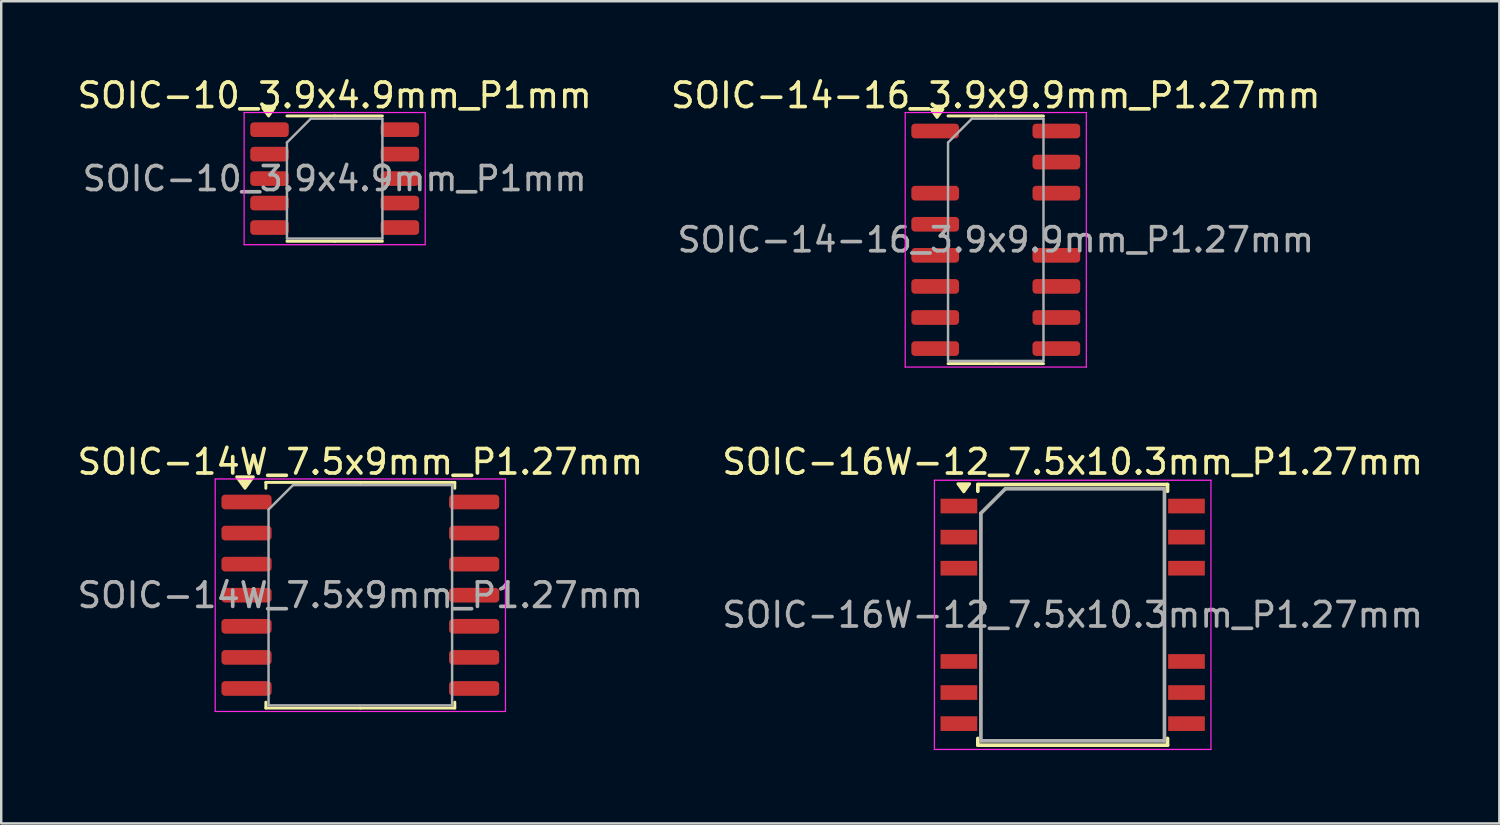
<source format=kicad_pcb>
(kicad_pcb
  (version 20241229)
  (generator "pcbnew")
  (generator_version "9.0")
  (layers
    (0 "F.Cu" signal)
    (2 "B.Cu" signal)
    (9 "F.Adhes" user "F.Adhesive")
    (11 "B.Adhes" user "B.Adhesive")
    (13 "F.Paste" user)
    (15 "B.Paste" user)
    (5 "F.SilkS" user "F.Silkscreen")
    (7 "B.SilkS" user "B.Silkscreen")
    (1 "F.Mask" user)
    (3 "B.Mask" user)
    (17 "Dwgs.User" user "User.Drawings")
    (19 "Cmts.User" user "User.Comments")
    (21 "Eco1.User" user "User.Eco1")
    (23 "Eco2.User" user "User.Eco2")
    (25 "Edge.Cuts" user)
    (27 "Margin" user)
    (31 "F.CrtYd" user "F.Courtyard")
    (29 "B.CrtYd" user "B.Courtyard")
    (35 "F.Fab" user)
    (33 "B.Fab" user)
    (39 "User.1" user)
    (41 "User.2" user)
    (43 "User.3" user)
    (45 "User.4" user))
  (footprint "SOIC-16W-12_7.5x10.3mm_P1.27mm"
    (layer "F.Cu")
    (at 40.78 22.072)
    (property "Reference" "SOIC-16W-12_7.5x10.3mm_P1.27mm" (at 0 -6.25 0) (layer "F.SilkS") (effects (font (size 1 1) (thickness 0.15))))
    (attr smd)
    (fp_line (start -3.875 -5.325) (end -3.875 -5.05) (stroke (width 0.15) (type solid)) (layer "F.SilkS"))
    (fp_line (start -3.875 -5.325) (end 3.875 -5.325) (stroke (width 0.15) (type solid)) (layer "F.SilkS"))
    (fp_line (start -3.875 5.325) (end -3.875 5.05) (stroke (width 0.15) (type solid)) (layer "F.SilkS"))
    (fp_line (start -3.875 5.325) (end 3.875 5.325) (stroke (width 0.15) (type solid)) (layer "F.SilkS"))
    (fp_line (start 3.875 -5.325) (end 3.875 -5.05) (stroke (width 0.15) (type solid)) (layer "F.SilkS"))
    (fp_line (start 3.875 5.325) (end 3.875 5.05) (stroke (width 0.15) (type solid)) (layer "F.SilkS"))
    (fp_poly (pts (xy -4.45 -5.025) (xy -4.69 -5.355) (xy -4.21 -5.355) (xy -4.45 -5.025)) (stroke (width 0.12) (type solid)) (fill yes) (layer "F.SilkS"))
    (fp_line (start -5.65 -5.5) (end -5.65 5.5) (stroke (width 0.05) (type solid)) (layer "F.CrtYd"))
    (fp_line (start -5.65 -5.5) (end 5.65 -5.5) (stroke (width 0.05) (type solid)) (layer "F.CrtYd"))
    (fp_line (start -5.65 5.5) (end 5.65 5.5) (stroke (width 0.05) (type solid)) (layer "F.CrtYd"))
    (fp_line (start 5.65 -5.5) (end 5.65 5.5) (stroke (width 0.05) (type solid)) (layer "F.CrtYd"))
    (fp_line (start -3.75 -4.15) (end -2.75 -5.15) (stroke (width 0.15) (type solid)) (layer "F.Fab"))
    (fp_line (start -3.75 5.15) (end -3.75 -4.15) (stroke (width 0.15) (type solid)) (layer "F.Fab"))
    (fp_line (start -2.75 -5.15) (end 3.75 -5.15) (stroke (width 0.15) (type solid)) (layer "F.Fab"))
    (fp_line (start 3.75 -5.15) (end 3.75 5.15) (stroke (width 0.15) (type solid)) (layer "F.Fab"))
    (fp_line (start 3.75 5.15) (end -3.75 5.15) (stroke (width 0.15) (type solid)) (layer "F.Fab"))
    (fp_text user "${REFERENCE}" (at 0 0 0) (layer "F.Fab") (effects (font (size 1 1) (thickness 0.15))))
    (pad "1" smd rect (at -4.65 -4.445) (size 1.5 0.6) (layers "F.Cu" "F.Mask" "F.Paste"))
    (pad "2" smd rect (at -4.65 -3.175) (size 1.5 0.6) (layers "F.Cu" "F.Mask" "F.Paste"))
    (pad "3" smd rect (at -4.65 -1.905) (size 1.5 0.6) (layers "F.Cu" "F.Mask" "F.Paste"))
    (pad "6" smd rect (at -4.65 1.905) (size 1.5 0.6) (layers "F.Cu" "F.Mask" "F.Paste"))
    (pad "7" smd rect (at -4.65 3.175) (size 1.5 0.6) (layers "F.Cu" "F.Mask" "F.Paste"))
    (pad "8" smd rect (at -4.65 4.445) (size 1.5 0.6) (layers "F.Cu" "F.Mask" "F.Paste"))
    (pad "9" smd rect (at 4.65 4.445) (size 1.5 0.6) (layers "F.Cu" "F.Mask" "F.Paste"))
    (pad "10" smd rect (at 4.65 3.175) (size 1.5 0.6) (layers "F.Cu" "F.Mask" "F.Paste"))
    (pad "11" smd rect (at 4.65 1.905) (size 1.5 0.6) (layers "F.Cu" "F.Mask" "F.Paste"))
    (pad "14" smd rect (at 4.65 -1.905) (size 1.5 0.6) (layers "F.Cu" "F.Mask" "F.Paste"))
    (pad "15" smd rect (at 4.65 -3.175) (size 1.5 0.6) (layers "F.Cu" "F.Mask" "F.Paste"))
    (pad "16" smd rect (at 4.65 -4.445) (size 1.5 0.6) (layers "F.Cu" "F.Mask" "F.Paste")))
  (footprint "SOIC-14-16_3.9x9.9mm_P1.27mm"
    (layer "F.Cu")
    (at 37.637 6.748)
    (property "Reference" "SOIC-14-16_3.9x9.9mm_P1.27mm" (at 0 -5.9 0) (layer "F.SilkS") (effects (font (size 1 1) (thickness 0.15))))
    (attr smd)
    (fp_line (start 0 -5.06) (end -1.95 -5.06) (stroke (width 0.12) (type solid)) (layer "F.SilkS"))
    (fp_line (start 0 -5.06) (end 1.95 -5.06) (stroke (width 0.12) (type solid)) (layer "F.SilkS"))
    (fp_line (start 0 5.06) (end -1.95 5.06) (stroke (width 0.12) (type solid)) (layer "F.SilkS"))
    (fp_line (start 0 5.06) (end 1.95 5.06) (stroke (width 0.12) (type solid)) (layer "F.SilkS"))
    (fp_poly (pts (xy -2.4 -5) (xy -2.64 -5.33) (xy -2.16 -5.33) (xy -2.4 -5)) (stroke (width 0.12) (type solid)) (fill yes) (layer "F.SilkS"))
    (fp_line (start -3.7 -5.2) (end -3.7 5.2) (stroke (width 0.05) (type solid)) (layer "F.CrtYd"))
    (fp_line (start -3.7 5.2) (end 3.7 5.2) (stroke (width 0.05) (type solid)) (layer "F.CrtYd"))
    (fp_line (start 3.7 -5.2) (end -3.7 -5.2) (stroke (width 0.05) (type solid)) (layer "F.CrtYd"))
    (fp_line (start 3.7 5.2) (end 3.7 -5.2) (stroke (width 0.05) (type solid)) (layer "F.CrtYd"))
    (fp_line (start -1.95 -3.975) (end -0.975 -4.95) (stroke (width 0.1) (type solid)) (layer "F.Fab"))
    (fp_line (start -1.95 4.95) (end -1.95 -3.975) (stroke (width 0.1) (type solid)) (layer "F.Fab"))
    (fp_line (start -0.975 -4.95) (end 1.95 -4.95) (stroke (width 0.1) (type solid)) (layer "F.Fab"))
    (fp_line (start 1.95 -4.95) (end 1.95 4.95) (stroke (width 0.1) (type solid)) (layer "F.Fab"))
    (fp_line (start 1.95 4.95) (end -1.95 4.95) (stroke (width 0.1) (type solid)) (layer "F.Fab"))
    (fp_text user "${REFERENCE}" (at 0 0 0) (layer "F.Fab") (effects (font (size 0.98 0.98) (thickness 0.15))))
    (pad "1" smd roundrect (at -2.475 -4.445) (size 1.95 0.6) (layers "F.Cu" "F.Mask" "F.Paste") (roundrect_rratio 0.25))
    (pad "3" smd roundrect (at -2.475 -1.905) (size 1.95 0.6) (layers "F.Cu" "F.Mask" "F.Paste") (roundrect_rratio 0.25))
    (pad "4" smd roundrect (at -2.475 -0.635) (size 1.95 0.6) (layers "F.Cu" "F.Mask" "F.Paste") (roundrect_rratio 0.25))
    (pad "5" smd roundrect (at -2.475 0.635) (size 1.95 0.6) (layers "F.Cu" "F.Mask" "F.Paste") (roundrect_rratio 0.25))
    (pad "6" smd roundrect (at -2.475 1.905) (size 1.95 0.6) (layers "F.Cu" "F.Mask" "F.Paste") (roundrect_rratio 0.25))
    (pad "7" smd roundrect (at -2.475 3.175) (size 1.95 0.6) (layers "F.Cu" "F.Mask" "F.Paste") (roundrect_rratio 0.25))
    (pad "8" smd roundrect (at -2.475 4.445) (size 1.95 0.6) (layers "F.Cu" "F.Mask" "F.Paste") (roundrect_rratio 0.25))
    (pad "9" smd roundrect (at 2.475 4.445) (size 1.95 0.6) (layers "F.Cu" "F.Mask" "F.Paste") (roundrect_rratio 0.25))
    (pad "10" smd roundrect (at 2.475 3.175) (size 1.95 0.6) (layers "F.Cu" "F.Mask" "F.Paste") (roundrect_rratio 0.25))
    (pad "11" smd roundrect (at 2.475 1.905) (size 1.95 0.6) (layers "F.Cu" "F.Mask" "F.Paste") (roundrect_rratio 0.25))
    (pad "12" smd roundrect (at 2.475 0.635) (size 1.95 0.6) (layers "F.Cu" "F.Mask" "F.Paste") (roundrect_rratio 0.25))
    (pad "14" smd roundrect (at 2.475 -1.905) (size 1.95 0.6) (layers "F.Cu" "F.Mask" "F.Paste") (roundrect_rratio 0.25))
    (pad "15" smd roundrect (at 2.475 -3.175) (size 1.95 0.6) (layers "F.Cu" "F.Mask" "F.Paste") (roundrect_rratio 0.25))
    (pad "16" smd roundrect (at 2.475 -4.445) (size 1.95 0.6) (layers "F.Cu" "F.Mask" "F.Paste") (roundrect_rratio 0.25)))
  (footprint "SOIC-10_3.9x4.9mm_P1mm"
    (layer "F.Cu")
    (at 10.625 4.248)
    (property "Reference" "SOIC-10_3.9x4.9mm_P1mm" (at 0 -3.4 0) (layer "F.SilkS") (effects (font (size 1 1) (thickness 0.15))))
    (attr smd)
    (fp_line (start 0 -2.56) (end -1.95 -2.56) (stroke (width 0.12) (type solid)) (layer "F.SilkS"))
    (fp_line (start 0 -2.56) (end 1.95 -2.56) (stroke (width 0.12) (type solid)) (layer "F.SilkS"))
    (fp_line (start 0 2.56) (end -1.95 2.56) (stroke (width 0.12) (type solid)) (layer "F.SilkS"))
    (fp_line (start 0 2.56) (end 1.95 2.56) (stroke (width 0.12) (type solid)) (layer "F.SilkS"))
    (fp_poly (pts (xy -2.7 -2.56) (xy -2.94 -2.89) (xy -2.46 -2.89) (xy -2.7 -2.56)) (stroke (width 0.12) (type solid)) (fill yes) (layer "F.SilkS"))
    (fp_line (start -3.7 -2.7) (end -3.7 2.7) (stroke (width 0.05) (type solid)) (layer "F.CrtYd"))
    (fp_line (start -3.7 2.7) (end 3.7 2.7) (stroke (width 0.05) (type solid)) (layer "F.CrtYd"))
    (fp_line (start 3.7 -2.7) (end -3.7 -2.7) (stroke (width 0.05) (type solid)) (layer "F.CrtYd"))
    (fp_line (start 3.7 2.7) (end 3.7 -2.7) (stroke (width 0.05) (type solid)) (layer "F.CrtYd"))
    (fp_line (start -1.95 -1.475) (end -0.975 -2.45) (stroke (width 0.1) (type solid)) (layer "F.Fab"))
    (fp_line (start -1.95 2.45) (end -1.95 -1.475) (stroke (width 0.1) (type solid)) (layer "F.Fab"))
    (fp_line (start -0.975 -2.45) (end 1.95 -2.45) (stroke (width 0.1) (type solid)) (layer "F.Fab"))
    (fp_line (start 1.95 -2.45) (end 1.95 2.45) (stroke (width 0.1) (type solid)) (layer "F.Fab"))
    (fp_line (start 1.95 2.45) (end -1.95 2.45) (stroke (width 0.1) (type solid)) (layer "F.Fab"))
    (fp_text user "${REFERENCE}" (at 0 0 0) (layer "F.Fab") (effects (font (size 0.98 0.98) (thickness 0.15))))
    (pad "1" smd roundrect (at -2.663 -2) (size 1.575 0.6) (layers "F.Cu" "F.Mask" "F.Paste") (roundrect_rratio 0.25))
    (pad "2" smd roundrect (at -2.663 -1) (size 1.575 0.6) (layers "F.Cu" "F.Mask" "F.Paste") (roundrect_rratio 0.25))
    (pad "3" smd roundrect (at -2.663 0) (size 1.575 0.6) (layers "F.Cu" "F.Mask" "F.Paste") (roundrect_rratio 0.25))
    (pad "4" smd roundrect (at -2.663 1) (size 1.575 0.6) (layers "F.Cu" "F.Mask" "F.Paste") (roundrect_rratio 0.25))
    (pad "5" smd roundrect (at -2.663 2) (size 1.575 0.6) (layers "F.Cu" "F.Mask" "F.Paste") (roundrect_rratio 0.25))
    (pad "6" smd roundrect (at 2.663 2) (size 1.575 0.6) (layers "F.Cu" "F.Mask" "F.Paste") (roundrect_rratio 0.25))
    (pad "7" smd roundrect (at 2.663 1) (size 1.575 0.6) (layers "F.Cu" "F.Mask" "F.Paste") (roundrect_rratio 0.25))
    (pad "8" smd roundrect (at 2.663 0) (size 1.575 0.6) (layers "F.Cu" "F.Mask" "F.Paste") (roundrect_rratio 0.25))
    (pad "9" smd roundrect (at 2.663 -1) (size 1.575 0.6) (layers "F.Cu" "F.Mask" "F.Paste") (roundrect_rratio 0.25))
    (pad "10" smd roundrect (at 2.663 -2) (size 1.575 0.6) (layers "F.Cu" "F.Mask" "F.Paste") (roundrect_rratio 0.25)))
  (footprint "SOIC-14W_7.5x9mm_P1.27mm"
    (layer "F.Cu")
    (at 11.673 21.271)
    (property "Reference" "SOIC-14W_7.5x9mm_P1.27mm" (at 0 -5.45 0) (layer "F.SilkS") (effects (font (size 1 1) (thickness 0.15))))
    (attr smd)
    (fp_line (start -3.86 -4.61) (end -3.86 -4.37) (stroke (width 0.12) (type solid)) (layer "F.SilkS"))
    (fp_line (start -3.86 4.61) (end -3.86 4.37) (stroke (width 0.12) (type solid)) (layer "F.SilkS"))
    (fp_line (start 0 -4.61) (end -3.86 -4.61) (stroke (width 0.12) (type solid)) (layer "F.SilkS"))
    (fp_line (start 0 -4.61) (end 3.86 -4.61) (stroke (width 0.12) (type solid)) (layer "F.SilkS"))
    (fp_line (start 0 4.61) (end -3.86 4.61) (stroke (width 0.12) (type solid)) (layer "F.SilkS"))
    (fp_line (start 0 4.61) (end 3.86 4.61) (stroke (width 0.12) (type solid)) (layer "F.SilkS"))
    (fp_line (start 3.86 -4.61) (end 3.86 -4.37) (stroke (width 0.12) (type solid)) (layer "F.SilkS"))
    (fp_line (start 3.86 4.61) (end 3.86 4.37) (stroke (width 0.12) (type solid)) (layer "F.SilkS"))
    (fp_poly (pts (xy -4.713 -4.37) (xy -5.053 -4.84) (xy -4.372 -4.84) (xy -4.713 -4.37)) (stroke (width 0.12) (type solid)) (fill yes) (layer "F.SilkS"))
    (fp_line (start -5.93 -4.75) (end -5.93 4.75) (stroke (width 0.05) (type solid)) (layer "F.CrtYd"))
    (fp_line (start -5.93 4.75) (end 5.93 4.75) (stroke (width 0.05) (type solid)) (layer "F.CrtYd"))
    (fp_line (start 5.93 -4.75) (end -5.93 -4.75) (stroke (width 0.05) (type solid)) (layer "F.CrtYd"))
    (fp_line (start 5.93 4.75) (end 5.93 -4.75) (stroke (width 0.05) (type solid)) (layer "F.CrtYd"))
    (fp_line (start -3.75 -3.5) (end -2.75 -4.5) (stroke (width 0.1) (type solid)) (layer "F.Fab"))
    (fp_line (start -3.75 4.5) (end -3.75 -3.5) (stroke (width 0.1) (type solid)) (layer "F.Fab"))
    (fp_line (start -2.75 -4.5) (end 3.75 -4.5) (stroke (width 0.1) (type solid)) (layer "F.Fab"))
    (fp_line (start 3.75 -4.5) (end 3.75 4.5) (stroke (width 0.1) (type solid)) (layer "F.Fab"))
    (fp_line (start 3.75 4.5) (end -3.75 4.5) (stroke (width 0.1) (type solid)) (layer "F.Fab"))
    (fp_text user "${REFERENCE}" (at 0 0 0) (layer "F.Fab") (effects (font (size 1 1) (thickness 0.15))))
    (pad "1" smd roundrect (at -4.65 -3.81) (size 2.05 0.6) (layers "F.Cu" "F.Mask" "F.Paste") (roundrect_rratio 0.25))
    (pad "2" smd roundrect (at -4.65 -2.54) (size 2.05 0.6) (layers "F.Cu" "F.Mask" "F.Paste") (roundrect_rratio 0.25))
    (pad "3" smd roundrect (at -4.65 -1.27) (size 2.05 0.6) (layers "F.Cu" "F.Mask" "F.Paste") (roundrect_rratio 0.25))
    (pad "4" smd roundrect (at -4.65 0) (size 2.05 0.6) (layers "F.Cu" "F.Mask" "F.Paste") (roundrect_rratio 0.25))
    (pad "5" smd roundrect (at -4.65 1.27) (size 2.05 0.6) (layers "F.Cu" "F.Mask" "F.Paste") (roundrect_rratio 0.25))
    (pad "6" smd roundrect (at -4.65 2.54) (size 2.05 0.6) (layers "F.Cu" "F.Mask" "F.Paste") (roundrect_rratio 0.25))
    (pad "7" smd roundrect (at -4.65 3.81) (size 2.05 0.6) (layers "F.Cu" "F.Mask" "F.Paste") (roundrect_rratio 0.25))
    (pad "8" smd roundrect (at 4.65 3.81) (size 2.05 0.6) (layers "F.Cu" "F.Mask" "F.Paste") (roundrect_rratio 0.25))
    (pad "9" smd roundrect (at 4.65 2.54) (size 2.05 0.6) (layers "F.Cu" "F.Mask" "F.Paste") (roundrect_rratio 0.25))
    (pad "10" smd roundrect (at 4.65 1.27) (size 2.05 0.6) (layers "F.Cu" "F.Mask" "F.Paste") (roundrect_rratio 0.25))
    (pad "11" smd roundrect (at 4.65 0) (size 2.05 0.6) (layers "F.Cu" "F.Mask" "F.Paste") (roundrect_rratio 0.25))
    (pad "12" smd roundrect (at 4.65 -1.27) (size 2.05 0.6) (layers "F.Cu" "F.Mask" "F.Paste") (roundrect_rratio 0.25))
    (pad "13" smd roundrect (at 4.65 -2.54) (size 2.05 0.6) (layers "F.Cu" "F.Mask" "F.Paste") (roundrect_rratio 0.25))
    (pad "14" smd roundrect (at 4.65 -3.81) (size 2.05 0.6) (layers "F.Cu" "F.Mask" "F.Paste") (roundrect_rratio 0.25)))
  (gr_rect
    (start -3 -3)
    (end 58.214 30.596)
    (stroke (width 0.1) (type default))
    (fill no)
    (layer "Edge.Cuts")))
</source>
